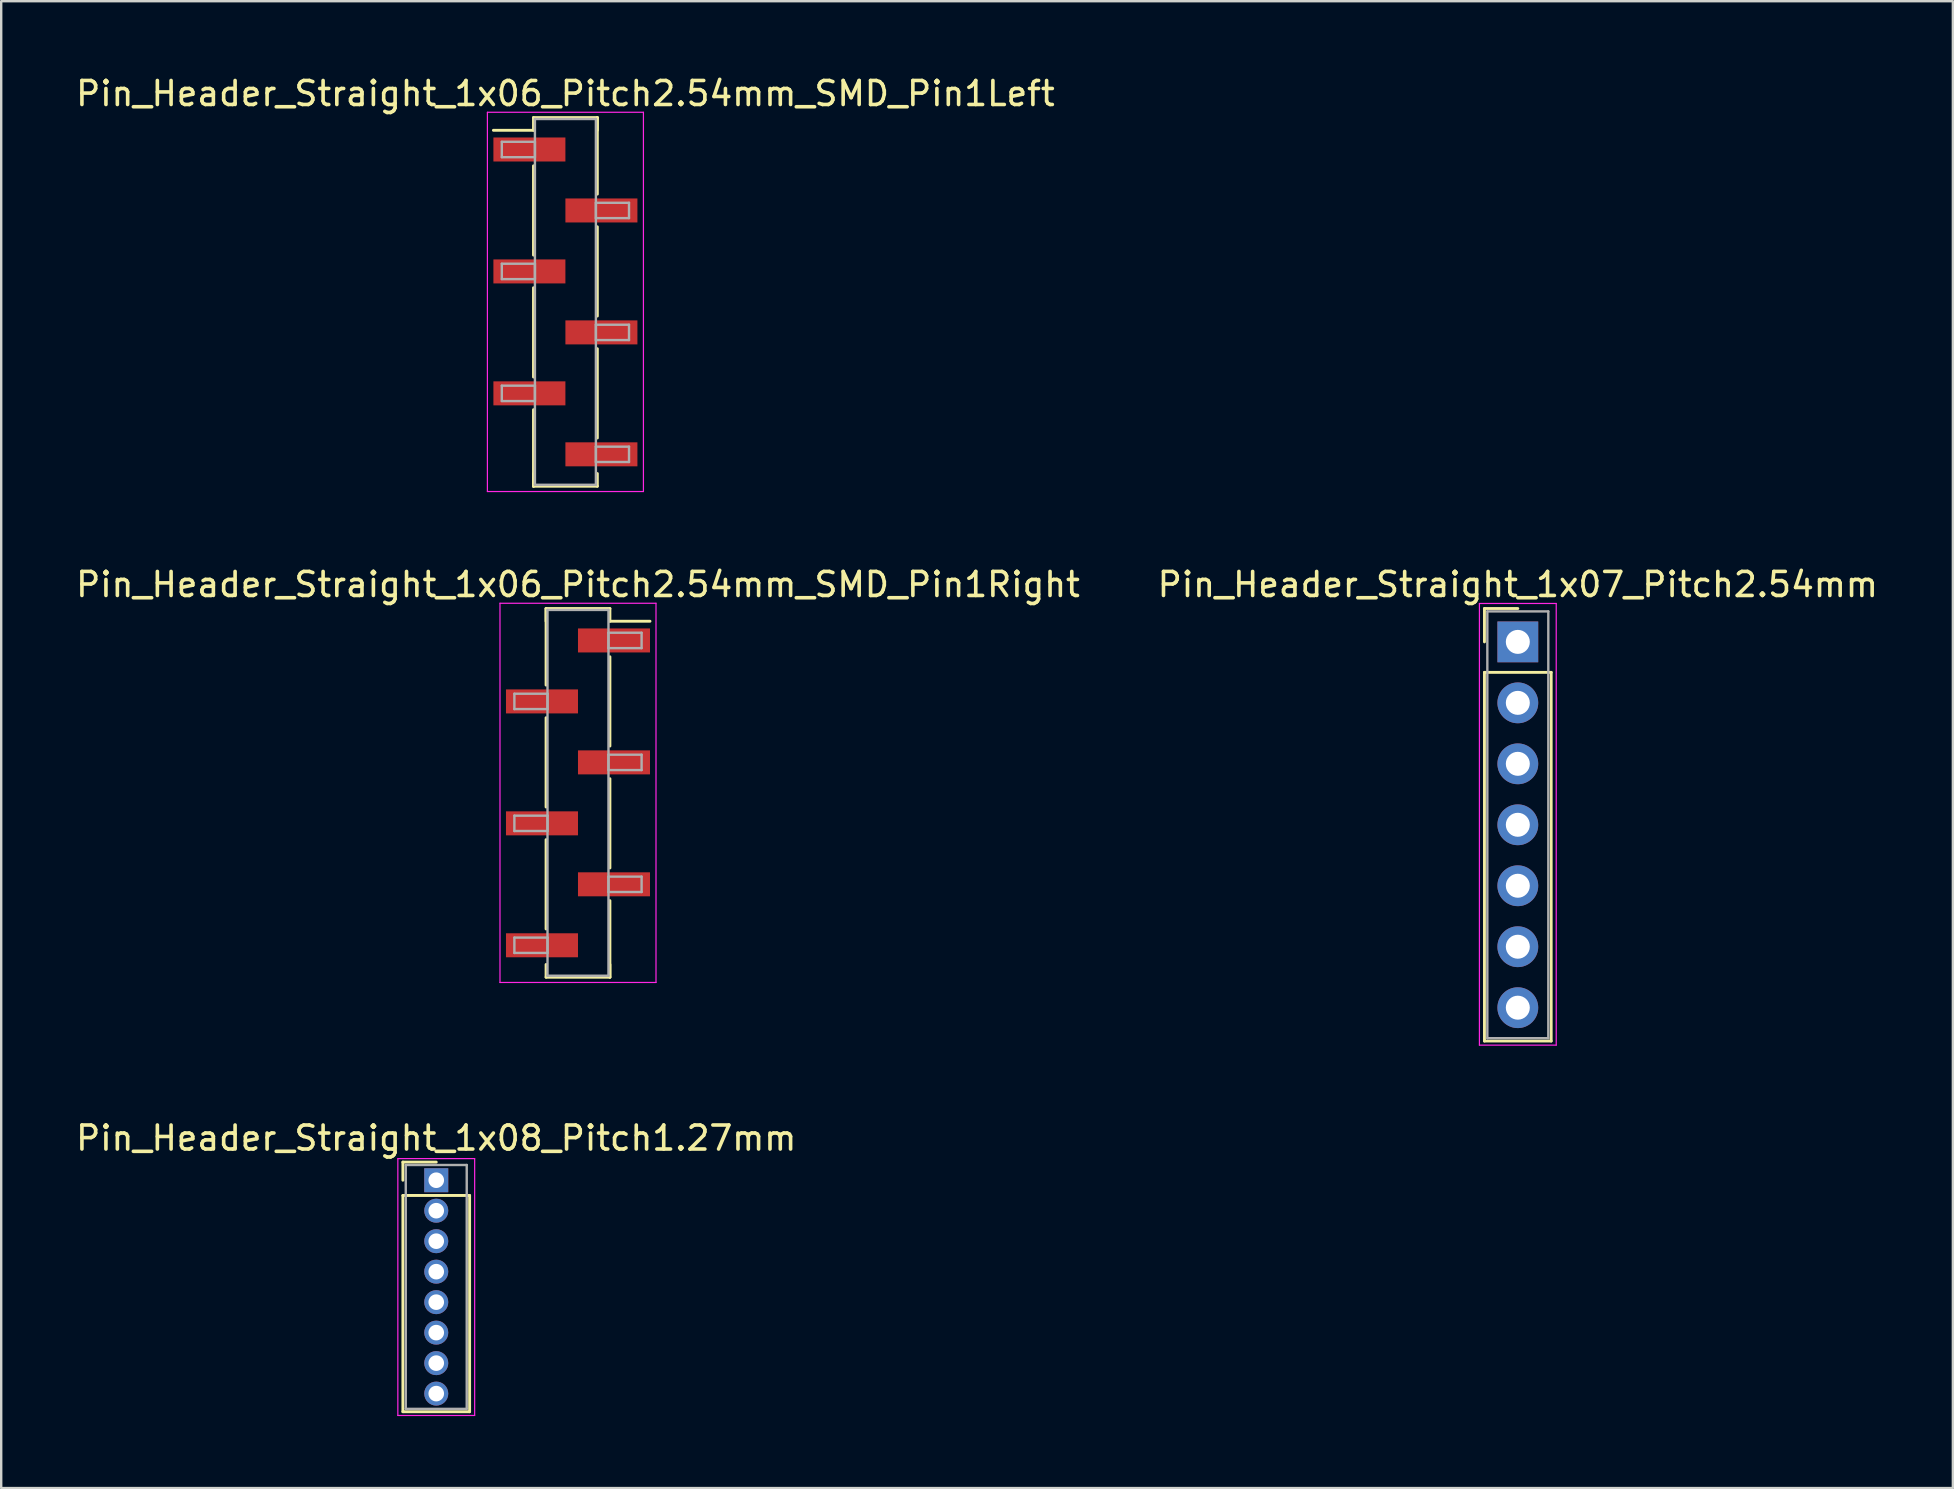
<source format=kicad_pcb>
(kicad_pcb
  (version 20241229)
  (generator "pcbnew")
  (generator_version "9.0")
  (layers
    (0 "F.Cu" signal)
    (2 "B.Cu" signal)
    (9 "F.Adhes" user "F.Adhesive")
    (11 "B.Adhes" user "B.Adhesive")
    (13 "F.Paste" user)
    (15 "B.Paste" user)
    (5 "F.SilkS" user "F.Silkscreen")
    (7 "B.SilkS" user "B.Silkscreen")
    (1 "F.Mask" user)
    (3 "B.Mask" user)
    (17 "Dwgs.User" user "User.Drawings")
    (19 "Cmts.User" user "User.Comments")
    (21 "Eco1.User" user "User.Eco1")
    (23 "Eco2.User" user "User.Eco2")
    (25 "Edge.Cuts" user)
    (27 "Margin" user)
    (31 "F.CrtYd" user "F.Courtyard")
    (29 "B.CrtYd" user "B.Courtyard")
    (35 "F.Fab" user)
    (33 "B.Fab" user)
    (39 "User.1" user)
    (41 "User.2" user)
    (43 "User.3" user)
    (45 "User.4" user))
  (footprint "Pin_Header_Straight_1x06_Pitch2.54mm_SMD_Pin1Right"
    (layer "F.Cu")
    (at 21.03 29.982)
    (property "Reference" "Pin_Header_Straight_1x06_Pitch2.54mm_SMD_Pin1Right" (at 0 -8.68 0) (layer "F.SilkS") (effects (font (size 1 1) (thickness 0.15))))
    (attr smd)
    (fp_line (start -1.33 -7.68) (end -1.33 -4.49) (stroke (width 0.12) (type solid)) (layer "F.SilkS"))
    (fp_line (start -1.33 -7.68) (end 1.33 -7.68) (stroke (width 0.12) (type solid)) (layer "F.SilkS"))
    (fp_line (start -1.33 -7.15) (end -1.33 -7.68) (stroke (width 0.12) (type solid)) (layer "F.SilkS"))
    (fp_line (start -1.33 -3.13) (end -1.33 0.59) (stroke (width 0.12) (type solid)) (layer "F.SilkS"))
    (fp_line (start -1.33 1.95) (end -1.33 5.67) (stroke (width 0.12) (type solid)) (layer "F.SilkS"))
    (fp_line (start -1.33 7.15) (end -1.33 7.68) (stroke (width 0.12) (type solid)) (layer "F.SilkS"))
    (fp_line (start -1.33 7.68) (end 1.33 7.68) (stroke (width 0.12) (type solid)) (layer "F.SilkS"))
    (fp_line (start 1.33 -7.68) (end 1.33 -7.15) (stroke (width 0.12) (type solid)) (layer "F.SilkS"))
    (fp_line (start 1.33 -7.15) (end 3 -7.15) (stroke (width 0.12) (type solid)) (layer "F.SilkS"))
    (fp_line (start 1.33 -5.67) (end 1.33 -1.95) (stroke (width 0.12) (type solid)) (layer "F.SilkS"))
    (fp_line (start 1.33 -0.59) (end 1.33 3.13) (stroke (width 0.12) (type solid)) (layer "F.SilkS"))
    (fp_line (start 1.33 4.49) (end 1.33 7.68) (stroke (width 0.12) (type solid)) (layer "F.SilkS"))
    (fp_line (start 1.33 7.68) (end 1.33 7.15) (stroke (width 0.12) (type solid)) (layer "F.SilkS"))
    (fp_line (start -3.25 -7.9) (end -3.25 7.9) (stroke (width 0.05) (type solid)) (layer "F.CrtYd"))
    (fp_line (start -3.25 7.9) (end 3.25 7.9) (stroke (width 0.05) (type solid)) (layer "F.CrtYd"))
    (fp_line (start 3.25 -7.9) (end -3.25 -7.9) (stroke (width 0.05) (type solid)) (layer "F.CrtYd"))
    (fp_line (start 3.25 7.9) (end 3.25 -7.9) (stroke (width 0.05) (type solid)) (layer "F.CrtYd"))
    (fp_line (start -2.65 -4.13) (end -1.27 -4.13) (stroke (width 0.1) (type solid)) (layer "F.Fab"))
    (fp_line (start -2.65 -3.49) (end -2.65 -4.13) (stroke (width 0.1) (type solid)) (layer "F.Fab"))
    (fp_line (start -2.65 0.95) (end -1.27 0.95) (stroke (width 0.1) (type solid)) (layer "F.Fab"))
    (fp_line (start -2.65 1.59) (end -2.65 0.95) (stroke (width 0.1) (type solid)) (layer "F.Fab"))
    (fp_line (start -2.65 6.03) (end -1.27 6.03) (stroke (width 0.1) (type solid)) (layer "F.Fab"))
    (fp_line (start -2.65 6.67) (end -2.65 6.03) (stroke (width 0.1) (type solid)) (layer "F.Fab"))
    (fp_line (start -1.27 -7.62) (end -1.27 7.62) (stroke (width 0.1) (type solid)) (layer "F.Fab"))
    (fp_line (start -1.27 -4.13) (end -1.27 -3.49) (stroke (width 0.1) (type solid)) (layer "F.Fab"))
    (fp_line (start -1.27 -3.49) (end -2.65 -3.49) (stroke (width 0.1) (type solid)) (layer "F.Fab"))
    (fp_line (start -1.27 0.95) (end -1.27 1.59) (stroke (width 0.1) (type solid)) (layer "F.Fab"))
    (fp_line (start -1.27 1.59) (end -2.65 1.59) (stroke (width 0.1) (type solid)) (layer "F.Fab"))
    (fp_line (start -1.27 6.03) (end -1.27 6.67) (stroke (width 0.1) (type solid)) (layer "F.Fab"))
    (fp_line (start -1.27 6.67) (end -2.65 6.67) (stroke (width 0.1) (type solid)) (layer "F.Fab"))
    (fp_line (start -1.27 7.62) (end 1.27 7.62) (stroke (width 0.1) (type solid)) (layer "F.Fab"))
    (fp_line (start 1.27 -7.62) (end -1.27 -7.62) (stroke (width 0.1) (type solid)) (layer "F.Fab"))
    (fp_line (start 1.27 -6.67) (end 1.27 -6.03) (stroke (width 0.1) (type solid)) (layer "F.Fab"))
    (fp_line (start 1.27 -6.03) (end 2.65 -6.03) (stroke (width 0.1) (type solid)) (layer "F.Fab"))
    (fp_line (start 1.27 -1.59) (end 1.27 -0.95) (stroke (width 0.1) (type solid)) (layer "F.Fab"))
    (fp_line (start 1.27 -0.95) (end 2.65 -0.95) (stroke (width 0.1) (type solid)) (layer "F.Fab"))
    (fp_line (start 1.27 3.49) (end 1.27 4.13) (stroke (width 0.1) (type solid)) (layer "F.Fab"))
    (fp_line (start 1.27 4.13) (end 2.65 4.13) (stroke (width 0.1) (type solid)) (layer "F.Fab"))
    (fp_line (start 1.27 7.62) (end 1.27 -7.62) (stroke (width 0.1) (type solid)) (layer "F.Fab"))
    (fp_line (start 2.65 -6.67) (end 1.27 -6.67) (stroke (width 0.1) (type solid)) (layer "F.Fab"))
    (fp_line (start 2.65 -6.03) (end 2.65 -6.67) (stroke (width 0.1) (type solid)) (layer "F.Fab"))
    (fp_line (start 2.65 -1.59) (end 1.27 -1.59) (stroke (width 0.1) (type solid)) (layer "F.Fab"))
    (fp_line (start 2.65 -0.95) (end 2.65 -1.59) (stroke (width 0.1) (type solid)) (layer "F.Fab"))
    (fp_line (start 2.65 3.49) (end 1.27 3.49) (stroke (width 0.1) (type solid)) (layer "F.Fab"))
    (fp_line (start 2.65 4.13) (end 2.65 3.49) (stroke (width 0.1) (type solid)) (layer "F.Fab"))
    (pad "1" smd rect (at 1.5 -6.35) (size 3 1) (layers "F.Cu" "F.Mask"))
    (pad "2" smd rect (at -1.5 -3.81) (size 3 1) (layers "F.Cu" "F.Mask"))
    (pad "3" smd rect (at 1.5 -1.27) (size 3 1) (layers "F.Cu" "F.Mask"))
    (pad "4" smd rect (at -1.5 1.27) (size 3 1) (layers "F.Cu" "F.Mask"))
    (pad "5" smd rect (at 1.5 3.81) (size 3 1) (layers "F.Cu" "F.Mask"))
    (pad "6" smd rect (at -1.5 6.35) (size 3 1) (layers "F.Cu" "F.Mask")))
  (footprint "Pin_Header_Straight_1x07_Pitch2.54mm"
    (layer "F.Cu")
    (at 60.185 23.692)
    (property "Reference" "Pin_Header_Straight_1x07_Pitch2.54mm" (at 0 -2.39 0) (layer "F.SilkS") (effects (font (size 1 1) (thickness 0.15))))
    (attr through_hole)
    (fp_line (start -1.39 -1.39) (end 0 -1.39) (stroke (width 0.12) (type solid)) (layer "F.SilkS"))
    (fp_line (start -1.39 0) (end -1.39 -1.39) (stroke (width 0.12) (type solid)) (layer "F.SilkS"))
    (fp_line (start -1.39 1.27) (end -1.39 16.63) (stroke (width 0.12) (type solid)) (layer "F.SilkS"))
    (fp_line (start -1.39 16.63) (end 1.39 16.63) (stroke (width 0.12) (type solid)) (layer "F.SilkS"))
    (fp_line (start 1.39 1.27) (end -1.39 1.27) (stroke (width 0.12) (type solid)) (layer "F.SilkS"))
    (fp_line (start 1.39 16.63) (end 1.39 1.27) (stroke (width 0.12) (type solid)) (layer "F.SilkS"))
    (fp_line (start -1.6 -1.6) (end -1.6 16.8) (stroke (width 0.05) (type solid)) (layer "F.CrtYd"))
    (fp_line (start -1.6 16.8) (end 1.6 16.8) (stroke (width 0.05) (type solid)) (layer "F.CrtYd"))
    (fp_line (start 1.6 -1.6) (end -1.6 -1.6) (stroke (width 0.05) (type solid)) (layer "F.CrtYd"))
    (fp_line (start 1.6 16.8) (end 1.6 -1.6) (stroke (width 0.05) (type solid)) (layer "F.CrtYd"))
    (fp_line (start -1.27 -1.27) (end -1.27 16.51) (stroke (width 0.1) (type solid)) (layer "F.Fab"))
    (fp_line (start -1.27 16.51) (end 1.27 16.51) (stroke (width 0.1) (type solid)) (layer "F.Fab"))
    (fp_line (start 1.27 -1.27) (end -1.27 -1.27) (stroke (width 0.1) (type solid)) (layer "F.Fab"))
    (fp_line (start 1.27 16.51) (end 1.27 -1.27) (stroke (width 0.1) (type solid)) (layer "F.Fab"))
    (pad "1" thru_hole rect (at 0 0) (size 1.7 1.7) (drill 1) (layers "*.Cu" "*.Mask"))
    (pad "2" thru_hole oval (at 0 2.54) (size 1.7 1.7) (drill 1) (layers "*.Cu" "*.Mask"))
    (pad "3" thru_hole oval (at 0 5.08) (size 1.7 1.7) (drill 1) (layers "*.Cu" "*.Mask"))
    (pad "4" thru_hole oval (at 0 7.62) (size 1.7 1.7) (drill 1) (layers "*.Cu" "*.Mask"))
    (pad "5" thru_hole oval (at 0 10.16) (size 1.7 1.7) (drill 1) (layers "*.Cu" "*.Mask"))
    (pad "6" thru_hole oval (at 0 12.7) (size 1.7 1.7) (drill 1) (layers "*.Cu" "*.Mask"))
    (pad "7" thru_hole oval (at 0 15.24) (size 1.7 1.7) (drill 1) (layers "*.Cu" "*.Mask")))
  (footprint "Pin_Header_Straight_1x08_Pitch1.27mm"
    (layer "F.Cu")
    (at 15.125 46.12)
    (property "Reference" "Pin_Header_Straight_1x08_Pitch1.27mm" (at 0 -1.755 0) (layer "F.SilkS") (effects (font (size 1 1) (thickness 0.15))))
    (attr through_hole)
    (fp_line (start -1.39 -0.755) (end 0 -0.755) (stroke (width 0.12) (type solid)) (layer "F.SilkS"))
    (fp_line (start -1.39 0) (end -1.39 -0.755) (stroke (width 0.12) (type solid)) (layer "F.SilkS"))
    (fp_line (start -1.39 0.635) (end -1.39 9.645) (stroke (width 0.12) (type solid)) (layer "F.SilkS"))
    (fp_line (start -1.39 9.645) (end 1.39 9.645) (stroke (width 0.12) (type solid)) (layer "F.SilkS"))
    (fp_line (start 1.39 0.635) (end -1.39 0.635) (stroke (width 0.12) (type solid)) (layer "F.SilkS"))
    (fp_line (start 1.39 9.645) (end 1.39 0.635) (stroke (width 0.12) (type solid)) (layer "F.SilkS"))
    (fp_line (start -1.6 -0.9) (end -1.6 9.8) (stroke (width 0.05) (type solid)) (layer "F.CrtYd"))
    (fp_line (start -1.6 9.8) (end 1.6 9.8) (stroke (width 0.05) (type solid)) (layer "F.CrtYd"))
    (fp_line (start 1.6 -0.9) (end -1.6 -0.9) (stroke (width 0.05) (type solid)) (layer "F.CrtYd"))
    (fp_line (start 1.6 9.8) (end 1.6 -0.9) (stroke (width 0.05) (type solid)) (layer "F.CrtYd"))
    (fp_line (start -1.27 -0.635) (end -1.27 9.525) (stroke (width 0.1) (type solid)) (layer "F.Fab"))
    (fp_line (start -1.27 9.525) (end 1.27 9.525) (stroke (width 0.1) (type solid)) (layer "F.Fab"))
    (fp_line (start 1.27 -0.635) (end -1.27 -0.635) (stroke (width 0.1) (type solid)) (layer "F.Fab"))
    (fp_line (start 1.27 9.525) (end 1.27 -0.635) (stroke (width 0.1) (type solid)) (layer "F.Fab"))
    (pad "1" thru_hole rect (at 0 0) (size 1 1) (drill 0.65) (layers "*.Cu" "*.Mask"))
    (pad "2" thru_hole oval (at 0 1.27) (size 1 1) (drill 0.65) (layers "*.Cu" "*.Mask"))
    (pad "3" thru_hole oval (at 0 2.54) (size 1 1) (drill 0.65) (layers "*.Cu" "*.Mask"))
    (pad "4" thru_hole oval (at 0 3.81) (size 1 1) (drill 0.65) (layers "*.Cu" "*.Mask"))
    (pad "5" thru_hole oval (at 0 5.08) (size 1 1) (drill 0.65) (layers "*.Cu" "*.Mask"))
    (pad "6" thru_hole oval (at 0 6.35) (size 1 1) (drill 0.65) (layers "*.Cu" "*.Mask"))
    (pad "7" thru_hole oval (at 0 7.62) (size 1 1) (drill 0.65) (layers "*.Cu" "*.Mask"))
    (pad "8" thru_hole oval (at 0 8.89) (size 1 1) (drill 0.65) (layers "*.Cu" "*.Mask")))
  (footprint "Pin_Header_Straight_1x06_Pitch2.54mm_SMD_Pin1Left"
    (layer "F.Cu")
    (at 20.506 9.528)
    (property "Reference" "Pin_Header_Straight_1x06_Pitch2.54mm_SMD_Pin1Left" (at 0 -8.68 0) (layer "F.SilkS") (effects (font (size 1 1) (thickness 0.15))))
    (attr smd)
    (fp_line (start -1.33 -7.68) (end 1.33 -7.68) (stroke (width 0.12) (type solid)) (layer "F.SilkS"))
    (fp_line (start -1.33 -7.15) (end -3 -7.15) (stroke (width 0.12) (type solid)) (layer "F.SilkS"))
    (fp_line (start -1.33 -7.15) (end -1.33 -7.68) (stroke (width 0.12) (type solid)) (layer "F.SilkS"))
    (fp_line (start -1.33 -5.67) (end -1.33 -1.95) (stroke (width 0.12) (type solid)) (layer "F.SilkS"))
    (fp_line (start -1.33 -0.59) (end -1.33 3.13) (stroke (width 0.12) (type solid)) (layer "F.SilkS"))
    (fp_line (start -1.33 4.49) (end -1.33 7.68) (stroke (width 0.12) (type solid)) (layer "F.SilkS"))
    (fp_line (start -1.33 7.15) (end -1.33 7.68) (stroke (width 0.12) (type solid)) (layer "F.SilkS"))
    (fp_line (start -1.33 7.68) (end 1.33 7.68) (stroke (width 0.12) (type solid)) (layer "F.SilkS"))
    (fp_line (start 1.33 -7.68) (end 1.33 -7.15) (stroke (width 0.12) (type solid)) (layer "F.SilkS"))
    (fp_line (start 1.33 -7.68) (end 1.33 -4.49) (stroke (width 0.12) (type solid)) (layer "F.SilkS"))
    (fp_line (start 1.33 -3.13) (end 1.33 0.59) (stroke (width 0.12) (type solid)) (layer "F.SilkS"))
    (fp_line (start 1.33 1.95) (end 1.33 5.67) (stroke (width 0.12) (type solid)) (layer "F.SilkS"))
    (fp_line (start 1.33 7.68) (end 1.33 7.15) (stroke (width 0.12) (type solid)) (layer "F.SilkS"))
    (fp_line (start -3.25 -7.9) (end -3.25 7.9) (stroke (width 0.05) (type solid)) (layer "F.CrtYd"))
    (fp_line (start -3.25 7.9) (end 3.25 7.9) (stroke (width 0.05) (type solid)) (layer "F.CrtYd"))
    (fp_line (start 3.25 -7.9) (end -3.25 -7.9) (stroke (width 0.05) (type solid)) (layer "F.CrtYd"))
    (fp_line (start 3.25 7.9) (end 3.25 -7.9) (stroke (width 0.05) (type solid)) (layer "F.CrtYd"))
    (fp_line (start -2.65 -6.67) (end -1.27 -6.67) (stroke (width 0.1) (type solid)) (layer "F.Fab"))
    (fp_line (start -2.65 -6.03) (end -2.65 -6.67) (stroke (width 0.1) (type solid)) (layer "F.Fab"))
    (fp_line (start -2.65 -1.59) (end -1.27 -1.59) (stroke (width 0.1) (type solid)) (layer "F.Fab"))
    (fp_line (start -2.65 -0.95) (end -2.65 -1.59) (stroke (width 0.1) (type solid)) (layer "F.Fab"))
    (fp_line (start -2.65 3.49) (end -1.27 3.49) (stroke (width 0.1) (type solid)) (layer "F.Fab"))
    (fp_line (start -2.65 4.13) (end -2.65 3.49) (stroke (width 0.1) (type solid)) (layer "F.Fab"))
    (fp_line (start -1.27 -7.62) (end -1.27 7.62) (stroke (width 0.1) (type solid)) (layer "F.Fab"))
    (fp_line (start -1.27 -6.67) (end -1.27 -6.03) (stroke (width 0.1) (type solid)) (layer "F.Fab"))
    (fp_line (start -1.27 -6.03) (end -2.65 -6.03) (stroke (width 0.1) (type solid)) (layer "F.Fab"))
    (fp_line (start -1.27 -1.59) (end -1.27 -0.95) (stroke (width 0.1) (type solid)) (layer "F.Fab"))
    (fp_line (start -1.27 -0.95) (end -2.65 -0.95) (stroke (width 0.1) (type solid)) (layer "F.Fab"))
    (fp_line (start -1.27 3.49) (end -1.27 4.13) (stroke (width 0.1) (type solid)) (layer "F.Fab"))
    (fp_line (start -1.27 4.13) (end -2.65 4.13) (stroke (width 0.1) (type solid)) (layer "F.Fab"))
    (fp_line (start -1.27 7.62) (end 1.27 7.62) (stroke (width 0.1) (type solid)) (layer "F.Fab"))
    (fp_line (start 1.27 -7.62) (end -1.27 -7.62) (stroke (width 0.1) (type solid)) (layer "F.Fab"))
    (fp_line (start 1.27 -4.13) (end 1.27 -3.49) (stroke (width 0.1) (type solid)) (layer "F.Fab"))
    (fp_line (start 1.27 -3.49) (end 2.65 -3.49) (stroke (width 0.1) (type solid)) (layer "F.Fab"))
    (fp_line (start 1.27 0.95) (end 1.27 1.59) (stroke (width 0.1) (type solid)) (layer "F.Fab"))
    (fp_line (start 1.27 1.59) (end 2.65 1.59) (stroke (width 0.1) (type solid)) (layer "F.Fab"))
    (fp_line (start 1.27 6.03) (end 1.27 6.67) (stroke (width 0.1) (type solid)) (layer "F.Fab"))
    (fp_line (start 1.27 6.67) (end 2.65 6.67) (stroke (width 0.1) (type solid)) (layer "F.Fab"))
    (fp_line (start 1.27 7.62) (end 1.27 -7.62) (stroke (width 0.1) (type solid)) (layer "F.Fab"))
    (fp_line (start 2.65 -4.13) (end 1.27 -4.13) (stroke (width 0.1) (type solid)) (layer "F.Fab"))
    (fp_line (start 2.65 -3.49) (end 2.65 -4.13) (stroke (width 0.1) (type solid)) (layer "F.Fab"))
    (fp_line (start 2.65 0.95) (end 1.27 0.95) (stroke (width 0.1) (type solid)) (layer "F.Fab"))
    (fp_line (start 2.65 1.59) (end 2.65 0.95) (stroke (width 0.1) (type solid)) (layer "F.Fab"))
    (fp_line (start 2.65 6.03) (end 1.27 6.03) (stroke (width 0.1) (type solid)) (layer "F.Fab"))
    (fp_line (start 2.65 6.67) (end 2.65 6.03) (stroke (width 0.1) (type solid)) (layer "F.Fab"))
    (pad "1" smd rect (at -1.5 -6.35) (size 3 1) (layers "F.Cu" "F.Mask"))
    (pad "2" smd rect (at 1.5 -3.81) (size 3 1) (layers "F.Cu" "F.Mask"))
    (pad "3" smd rect (at -1.5 -1.27) (size 3 1) (layers "F.Cu" "F.Mask"))
    (pad "4" smd rect (at 1.5 1.27) (size 3 1) (layers "F.Cu" "F.Mask"))
    (pad "5" smd rect (at -1.5 3.81) (size 3 1) (layers "F.Cu" "F.Mask"))
    (pad "6" smd rect (at 1.5 6.35) (size 3 1) (layers "F.Cu" "F.Mask")))
  (gr_rect
    (start -3 -3)
    (end 78.31 58.945)
    (stroke (width 0.1) (type default))
    (fill no)
    (layer "Edge.Cuts")))
</source>
